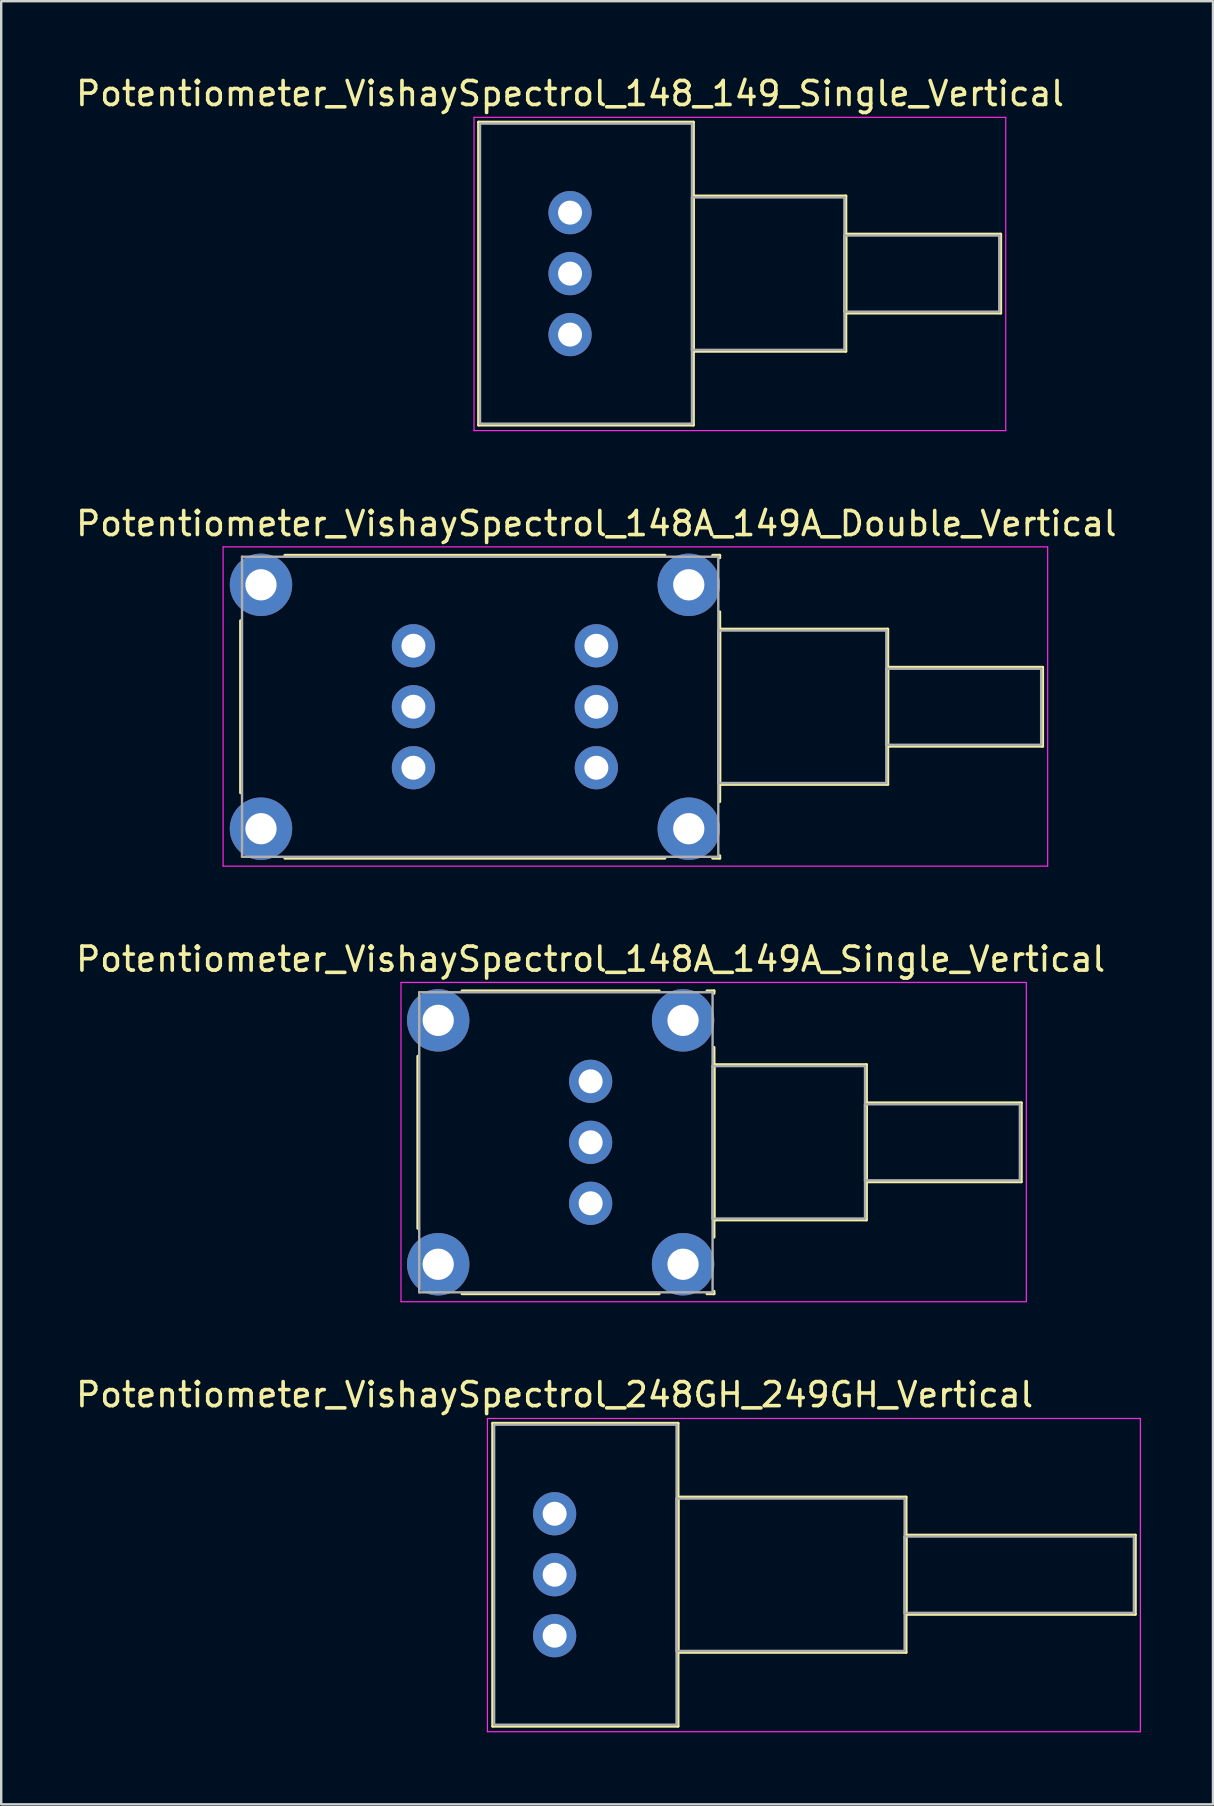
<source format=kicad_pcb>
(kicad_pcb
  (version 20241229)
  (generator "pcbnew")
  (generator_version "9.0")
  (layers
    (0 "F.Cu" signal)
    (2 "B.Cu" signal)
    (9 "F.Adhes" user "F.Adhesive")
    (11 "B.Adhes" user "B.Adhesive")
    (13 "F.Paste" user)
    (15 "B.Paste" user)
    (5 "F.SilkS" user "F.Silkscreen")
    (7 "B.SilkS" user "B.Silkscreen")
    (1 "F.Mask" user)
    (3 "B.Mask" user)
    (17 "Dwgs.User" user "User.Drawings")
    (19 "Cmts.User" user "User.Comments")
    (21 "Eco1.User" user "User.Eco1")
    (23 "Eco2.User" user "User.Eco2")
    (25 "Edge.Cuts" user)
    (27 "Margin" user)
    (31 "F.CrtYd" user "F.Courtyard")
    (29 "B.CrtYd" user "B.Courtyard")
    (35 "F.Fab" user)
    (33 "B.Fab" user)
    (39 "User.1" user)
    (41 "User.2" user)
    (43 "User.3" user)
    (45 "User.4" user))
  (footprint "Potentiometer_VishaySpectrol_248GH_249GH_Vertical"
    (layer "F.Cu")
    (at 20.054 65.088)
    (property "Reference" "Potentiometer_VishaySpectrol_248GH_249GH_Vertical" (at 0 -10.04 0) (layer "F.SilkS") (effects (font (size 1 1) (thickness 0.15))))
    (attr through_hole)
    (fp_line (start -2.58 -8.85) (end -2.58 3.77) (stroke (width 0.12) (type solid)) (layer "F.SilkS"))
    (fp_line (start -2.58 -8.85) (end 5.141 -8.85) (stroke (width 0.12) (type solid)) (layer "F.SilkS"))
    (fp_line (start -2.58 3.77) (end 5.141 3.77) (stroke (width 0.12) (type solid)) (layer "F.SilkS"))
    (fp_line (start 5.141 -8.85) (end 5.141 3.77) (stroke (width 0.12) (type solid)) (layer "F.SilkS"))
    (fp_line (start 5.141 -5.775) (end 5.141 0.695) (stroke (width 0.12) (type solid)) (layer "F.SilkS"))
    (fp_line (start 5.141 -5.775) (end 14.64 -5.775) (stroke (width 0.12) (type solid)) (layer "F.SilkS"))
    (fp_line (start 5.141 0.695) (end 14.64 0.695) (stroke (width 0.12) (type solid)) (layer "F.SilkS"))
    (fp_line (start 14.64 -5.775) (end 14.64 0.695) (stroke (width 0.12) (type solid)) (layer "F.SilkS"))
    (fp_line (start 14.64 -4.189) (end 14.64 -0.89) (stroke (width 0.12) (type solid)) (layer "F.SilkS"))
    (fp_line (start 14.64 -4.189) (end 24.19 -4.189) (stroke (width 0.12) (type solid)) (layer "F.SilkS"))
    (fp_line (start 14.64 -0.89) (end 24.19 -0.89) (stroke (width 0.12) (type solid)) (layer "F.SilkS"))
    (fp_line (start 24.19 -4.189) (end 24.19 -0.89) (stroke (width 0.12) (type solid)) (layer "F.SilkS"))
    (fp_line (start -2.8 -9.05) (end -2.8 4) (stroke (width 0.05) (type solid)) (layer "F.CrtYd"))
    (fp_line (start -2.8 4) (end 24.4 4) (stroke (width 0.05) (type solid)) (layer "F.CrtYd"))
    (fp_line (start 24.4 -9.05) (end -2.8 -9.05) (stroke (width 0.05) (type solid)) (layer "F.CrtYd"))
    (fp_line (start 24.4 4) (end 24.4 -9.05) (stroke (width 0.05) (type solid)) (layer "F.CrtYd"))
    (fp_line (start -2.52 -8.79) (end -2.52 3.71) (stroke (width 0.1) (type solid)) (layer "F.Fab"))
    (fp_line (start -2.52 3.71) (end 5.08 3.71) (stroke (width 0.1) (type solid)) (layer "F.Fab"))
    (fp_line (start 5.08 -8.79) (end -2.52 -8.79) (stroke (width 0.1) (type solid)) (layer "F.Fab"))
    (fp_line (start 5.08 -5.715) (end 5.08 0.635) (stroke (width 0.1) (type solid)) (layer "F.Fab"))
    (fp_line (start 5.08 0.635) (end 14.58 0.635) (stroke (width 0.1) (type solid)) (layer "F.Fab"))
    (fp_line (start 5.08 3.71) (end 5.08 -8.79) (stroke (width 0.1) (type solid)) (layer "F.Fab"))
    (fp_line (start 14.58 -5.715) (end 5.08 -5.715) (stroke (width 0.1) (type solid)) (layer "F.Fab"))
    (fp_line (start 14.58 -4.13) (end 14.58 -0.95) (stroke (width 0.1) (type solid)) (layer "F.Fab"))
    (fp_line (start 14.58 -0.95) (end 24.13 -0.95) (stroke (width 0.1) (type solid)) (layer "F.Fab"))
    (fp_line (start 14.58 0.635) (end 14.58 -5.715) (stroke (width 0.1) (type solid)) (layer "F.Fab"))
    (fp_line (start 24.13 -4.13) (end 14.58 -4.13) (stroke (width 0.1) (type solid)) (layer "F.Fab"))
    (fp_line (start 24.13 -0.95) (end 24.13 -4.13) (stroke (width 0.1) (type solid)) (layer "F.Fab"))
    (pad "1" thru_hole circle (at 0 0) (size 1.8 1.8) (drill 1) (layers "*.Cu" "*.Mask"))
    (pad "2" thru_hole circle (at 0 -2.54) (size 1.8 1.8) (drill 1) (layers "*.Cu" "*.Mask"))
    (pad "3" thru_hole circle (at 0 -5.08) (size 1.8 1.8) (drill 1) (layers "*.Cu" "*.Mask")))
  (footprint "Potentiometer_VishaySpectrol_148_149_Single_Vertical"
    (layer "F.Cu")
    (at 20.696 10.888)
    (property "Reference" "Potentiometer_VishaySpectrol_148_149_Single_Vertical" (at 0 -10.04 0) (layer "F.SilkS") (effects (font (size 1 1) (thickness 0.15))))
    (attr through_hole)
    (fp_line (start -3.81 -8.85) (end -3.81 3.77) (stroke (width 0.12) (type solid)) (layer "F.SilkS"))
    (fp_line (start -3.81 -8.85) (end 5.14 -8.85) (stroke (width 0.12) (type solid)) (layer "F.SilkS"))
    (fp_line (start -3.81 3.77) (end 5.14 3.77) (stroke (width 0.12) (type solid)) (layer "F.SilkS"))
    (fp_line (start 5.14 -8.85) (end 5.14 3.77) (stroke (width 0.12) (type solid)) (layer "F.SilkS"))
    (fp_line (start 5.14 -5.775) (end 5.14 0.695) (stroke (width 0.12) (type solid)) (layer "F.SilkS"))
    (fp_line (start 5.14 -5.775) (end 11.49 -5.775) (stroke (width 0.12) (type solid)) (layer "F.SilkS"))
    (fp_line (start 5.14 0.695) (end 11.49 0.695) (stroke (width 0.12) (type solid)) (layer "F.SilkS"))
    (fp_line (start 11.49 -5.775) (end 11.49 0.695) (stroke (width 0.12) (type solid)) (layer "F.SilkS"))
    (fp_line (start 11.49 -4.185) (end 11.49 -0.895) (stroke (width 0.12) (type solid)) (layer "F.SilkS"))
    (fp_line (start 11.49 -4.185) (end 17.94 -4.185) (stroke (width 0.12) (type solid)) (layer "F.SilkS"))
    (fp_line (start 11.49 -0.895) (end 17.94 -0.895) (stroke (width 0.12) (type solid)) (layer "F.SilkS"))
    (fp_line (start 17.94 -4.185) (end 17.94 -0.895) (stroke (width 0.12) (type solid)) (layer "F.SilkS"))
    (fp_line (start -4 -9.05) (end -4 4) (stroke (width 0.05) (type solid)) (layer "F.CrtYd"))
    (fp_line (start -4 4) (end 18.15 4) (stroke (width 0.05) (type solid)) (layer "F.CrtYd"))
    (fp_line (start 18.15 -9.05) (end -4 -9.05) (stroke (width 0.05) (type solid)) (layer "F.CrtYd"))
    (fp_line (start 18.15 4) (end 18.15 -9.05) (stroke (width 0.05) (type solid)) (layer "F.CrtYd"))
    (fp_line (start -3.75 -8.79) (end -3.75 3.71) (stroke (width 0.1) (type solid)) (layer "F.Fab"))
    (fp_line (start -3.75 3.71) (end 5.08 3.71) (stroke (width 0.1) (type solid)) (layer "F.Fab"))
    (fp_line (start 5.08 -8.79) (end -3.75 -8.79) (stroke (width 0.1) (type solid)) (layer "F.Fab"))
    (fp_line (start 5.08 -5.715) (end 5.08 0.635) (stroke (width 0.1) (type solid)) (layer "F.Fab"))
    (fp_line (start 5.08 0.635) (end 11.43 0.635) (stroke (width 0.1) (type solid)) (layer "F.Fab"))
    (fp_line (start 5.08 3.71) (end 5.08 -8.79) (stroke (width 0.1) (type solid)) (layer "F.Fab"))
    (fp_line (start 11.43 -5.715) (end 5.08 -5.715) (stroke (width 0.1) (type solid)) (layer "F.Fab"))
    (fp_line (start 11.43 -4.125) (end 11.43 -0.955) (stroke (width 0.1) (type solid)) (layer "F.Fab"))
    (fp_line (start 11.43 -0.955) (end 17.88 -0.955) (stroke (width 0.1) (type solid)) (layer "F.Fab"))
    (fp_line (start 11.43 0.635) (end 11.43 -5.715) (stroke (width 0.1) (type solid)) (layer "F.Fab"))
    (fp_line (start 17.88 -4.125) (end 11.43 -4.125) (stroke (width 0.1) (type solid)) (layer "F.Fab"))
    (fp_line (start 17.88 -0.955) (end 17.88 -4.125) (stroke (width 0.1) (type solid)) (layer "F.Fab"))
    (pad "1" thru_hole circle (at 0 0) (size 1.8 1.8) (drill 1) (layers "*.Cu" "*.Mask"))
    (pad "2" thru_hole circle (at 0 -2.54) (size 1.8 1.8) (drill 1) (layers "*.Cu" "*.Mask"))
    (pad "3" thru_hole circle (at 0 -5.08) (size 1.8 1.8) (drill 1) (layers "*.Cu" "*.Mask")))
  (footprint "Potentiometer_VishaySpectrol_148A_149A_Double_Vertical"
    (layer "F.Cu")
    (at 21.792 28.931)
    (property "Reference" "Potentiometer_VishaySpectrol_148A_149A_Double_Vertical" (at 0 -10.17 0) (layer "F.SilkS") (effects (font (size 1 1) (thickness 0.15))))
    (attr through_hole)
    (fp_line (start -14.82 -6.126) (end -14.82 1.046) (stroke (width 0.12) (type solid)) (layer "F.SilkS"))
    (fp_line (start -12.977 -8.85) (end 2.857 -8.85) (stroke (width 0.12) (type solid)) (layer "F.SilkS"))
    (fp_line (start -12.977 3.77) (end 2.857 3.77) (stroke (width 0.12) (type solid)) (layer "F.SilkS"))
    (fp_line (start 4.844 -8.85) (end 5.141 -8.85) (stroke (width 0.12) (type solid)) (layer "F.SilkS"))
    (fp_line (start 4.844 3.77) (end 5.141 3.77) (stroke (width 0.12) (type solid)) (layer "F.SilkS"))
    (fp_line (start 5.141 -8.85) (end 5.141 -8.746) (stroke (width 0.12) (type solid)) (layer "F.SilkS"))
    (fp_line (start 5.141 -6.496) (end 5.141 1.415) (stroke (width 0.12) (type solid)) (layer "F.SilkS"))
    (fp_line (start 5.141 -5.775) (end 5.141 0.695) (stroke (width 0.12) (type solid)) (layer "F.SilkS"))
    (fp_line (start 5.141 -5.775) (end 12.14 -5.775) (stroke (width 0.12) (type solid)) (layer "F.SilkS"))
    (fp_line (start 5.141 0.695) (end 12.14 0.695) (stroke (width 0.12) (type solid)) (layer "F.SilkS"))
    (fp_line (start 5.141 3.665) (end 5.141 3.77) (stroke (width 0.12) (type solid)) (layer "F.SilkS"))
    (fp_line (start 12.14 -5.775) (end 12.14 0.695) (stroke (width 0.12) (type solid)) (layer "F.SilkS"))
    (fp_line (start 12.14 -4.185) (end 12.14 -0.895) (stroke (width 0.12) (type solid)) (layer "F.SilkS"))
    (fp_line (start 12.14 -4.185) (end 18.591 -4.185) (stroke (width 0.12) (type solid)) (layer "F.SilkS"))
    (fp_line (start 12.14 -0.895) (end 18.591 -0.895) (stroke (width 0.12) (type solid)) (layer "F.SilkS"))
    (fp_line (start 18.591 -4.185) (end 18.591 -0.895) (stroke (width 0.12) (type solid)) (layer "F.SilkS"))
    (fp_line (start -15.55 -9.2) (end -15.55 4.1) (stroke (width 0.05) (type solid)) (layer "F.CrtYd"))
    (fp_line (start -15.55 4.1) (end 18.8 4.1) (stroke (width 0.05) (type solid)) (layer "F.CrtYd"))
    (fp_line (start 18.8 -9.2) (end -15.55 -9.2) (stroke (width 0.05) (type solid)) (layer "F.CrtYd"))
    (fp_line (start 18.8 4.1) (end 18.8 -9.2) (stroke (width 0.05) (type solid)) (layer "F.CrtYd"))
    (fp_line (start -14.76 -8.79) (end -14.76 3.71) (stroke (width 0.1) (type solid)) (layer "F.Fab"))
    (fp_line (start -14.76 3.71) (end 5.08 3.71) (stroke (width 0.1) (type solid)) (layer "F.Fab"))
    (fp_line (start 5.08 -8.79) (end -14.76 -8.79) (stroke (width 0.1) (type solid)) (layer "F.Fab"))
    (fp_line (start 5.08 -5.715) (end 5.08 0.635) (stroke (width 0.1) (type solid)) (layer "F.Fab"))
    (fp_line (start 5.08 0.635) (end 12.08 0.635) (stroke (width 0.1) (type solid)) (layer "F.Fab"))
    (fp_line (start 5.08 3.71) (end 5.08 -8.79) (stroke (width 0.1) (type solid)) (layer "F.Fab"))
    (fp_line (start 12.08 -5.715) (end 5.08 -5.715) (stroke (width 0.1) (type solid)) (layer "F.Fab"))
    (fp_line (start 12.08 -4.125) (end 12.08 -0.955) (stroke (width 0.1) (type solid)) (layer "F.Fab"))
    (fp_line (start 12.08 -0.955) (end 18.53 -0.955) (stroke (width 0.1) (type solid)) (layer "F.Fab"))
    (fp_line (start 12.08 0.635) (end 12.08 -5.715) (stroke (width 0.1) (type solid)) (layer "F.Fab"))
    (fp_line (start 18.53 -4.125) (end 12.08 -4.125) (stroke (width 0.1) (type solid)) (layer "F.Fab"))
    (fp_line (start 18.53 -0.955) (end 18.53 -4.125) (stroke (width 0.1) (type solid)) (layer "F.Fab"))
    (pad "0" thru_hole circle (at -13.97 -7.62) (size 2.6 2.6) (drill 1.3) (layers "*.Cu" "*.Mask"))
    (pad "0" thru_hole circle (at -13.97 2.54) (size 2.6 2.6) (drill 1.3) (layers "*.Cu" "*.Mask"))
    (pad "0" thru_hole circle (at 3.85 -7.62) (size 2.6 2.6) (drill 1.3) (layers "*.Cu" "*.Mask"))
    (pad "0" thru_hole circle (at 3.85 2.54) (size 2.6 2.6) (drill 1.3) (layers "*.Cu" "*.Mask"))
    (pad "1" thru_hole circle (at 0 0) (size 1.8 1.8) (drill 1) (layers "*.Cu" "*.Mask"))
    (pad "2" thru_hole circle (at 0 -2.54) (size 1.8 1.8) (drill 1) (layers "*.Cu" "*.Mask"))
    (pad "3" thru_hole circle (at 0 -5.08) (size 1.8 1.8) (drill 1) (layers "*.Cu" "*.Mask"))
    (pad "4" thru_hole circle (at -7.62 0) (size 1.8 1.8) (drill 1) (layers "*.Cu" "*.Mask"))
    (pad "5" thru_hole circle (at -7.62 -2.54) (size 1.8 1.8) (drill 1) (layers "*.Cu" "*.Mask"))
    (pad "6" thru_hole circle (at -7.62 -5.08) (size 1.8 1.8) (drill 1) (layers "*.Cu" "*.Mask")))
  (footprint "Potentiometer_VishaySpectrol_148A_149A_Single_Vertical"
    (layer "F.Cu")
    (at 21.554 47.075)
    (property "Reference" "Potentiometer_VishaySpectrol_148A_149A_Single_Vertical" (at 0 -10.17 0) (layer "F.SilkS") (effects (font (size 1 1) (thickness 0.15))))
    (attr through_hole)
    (fp_line (start -7.2 -6.126) (end -7.2 1.046) (stroke (width 0.12) (type solid)) (layer "F.SilkS"))
    (fp_line (start -5.357 -8.85) (end 2.857 -8.85) (stroke (width 0.12) (type solid)) (layer "F.SilkS"))
    (fp_line (start -5.357 3.77) (end 2.857 3.77) (stroke (width 0.12) (type solid)) (layer "F.SilkS"))
    (fp_line (start 4.844 -8.85) (end 5.14 -8.85) (stroke (width 0.12) (type solid)) (layer "F.SilkS"))
    (fp_line (start 4.844 3.77) (end 5.14 3.77) (stroke (width 0.12) (type solid)) (layer "F.SilkS"))
    (fp_line (start 5.14 -8.85) (end 5.14 -8.746) (stroke (width 0.12) (type solid)) (layer "F.SilkS"))
    (fp_line (start 5.14 -6.496) (end 5.14 1.415) (stroke (width 0.12) (type solid)) (layer "F.SilkS"))
    (fp_line (start 5.14 -5.775) (end 5.14 0.695) (stroke (width 0.12) (type solid)) (layer "F.SilkS"))
    (fp_line (start 5.14 -5.775) (end 11.49 -5.775) (stroke (width 0.12) (type solid)) (layer "F.SilkS"))
    (fp_line (start 5.14 0.695) (end 11.49 0.695) (stroke (width 0.12) (type solid)) (layer "F.SilkS"))
    (fp_line (start 5.14 3.665) (end 5.14 3.77) (stroke (width 0.12) (type solid)) (layer "F.SilkS"))
    (fp_line (start 11.49 -5.775) (end 11.49 0.695) (stroke (width 0.12) (type solid)) (layer "F.SilkS"))
    (fp_line (start 11.49 -4.185) (end 11.49 -0.895) (stroke (width 0.12) (type solid)) (layer "F.SilkS"))
    (fp_line (start 11.49 -4.185) (end 17.94 -4.185) (stroke (width 0.12) (type solid)) (layer "F.SilkS"))
    (fp_line (start 11.49 -0.895) (end 17.94 -0.895) (stroke (width 0.12) (type solid)) (layer "F.SilkS"))
    (fp_line (start 17.94 -4.185) (end 17.94 -0.895) (stroke (width 0.12) (type solid)) (layer "F.SilkS"))
    (fp_line (start -7.9 -9.2) (end -7.9 4.1) (stroke (width 0.05) (type solid)) (layer "F.CrtYd"))
    (fp_line (start -7.9 4.1) (end 18.15 4.1) (stroke (width 0.05) (type solid)) (layer "F.CrtYd"))
    (fp_line (start 18.15 -9.2) (end -7.9 -9.2) (stroke (width 0.05) (type solid)) (layer "F.CrtYd"))
    (fp_line (start 18.15 4.1) (end 18.15 -9.2) (stroke (width 0.05) (type solid)) (layer "F.CrtYd"))
    (fp_line (start -7.14 -8.79) (end -7.14 3.71) (stroke (width 0.1) (type solid)) (layer "F.Fab"))
    (fp_line (start -7.14 3.71) (end 5.08 3.71) (stroke (width 0.1) (type solid)) (layer "F.Fab"))
    (fp_line (start 5.08 -8.79) (end -7.14 -8.79) (stroke (width 0.1) (type solid)) (layer "F.Fab"))
    (fp_line (start 5.08 -5.715) (end 5.08 0.635) (stroke (width 0.1) (type solid)) (layer "F.Fab"))
    (fp_line (start 5.08 0.635) (end 11.43 0.635) (stroke (width 0.1) (type solid)) (layer "F.Fab"))
    (fp_line (start 5.08 3.71) (end 5.08 -8.79) (stroke (width 0.1) (type solid)) (layer "F.Fab"))
    (fp_line (start 11.43 -5.715) (end 5.08 -5.715) (stroke (width 0.1) (type solid)) (layer "F.Fab"))
    (fp_line (start 11.43 -4.125) (end 11.43 -0.955) (stroke (width 0.1) (type solid)) (layer "F.Fab"))
    (fp_line (start 11.43 -0.955) (end 17.88 -0.955) (stroke (width 0.1) (type solid)) (layer "F.Fab"))
    (fp_line (start 11.43 0.635) (end 11.43 -5.715) (stroke (width 0.1) (type solid)) (layer "F.Fab"))
    (fp_line (start 17.88 -4.125) (end 11.43 -4.125) (stroke (width 0.1) (type solid)) (layer "F.Fab"))
    (fp_line (start 17.88 -0.955) (end 17.88 -4.125) (stroke (width 0.1) (type solid)) (layer "F.Fab"))
    (pad "0" thru_hole circle (at -6.35 -7.62) (size 2.6 2.6) (drill 1.3) (layers "*.Cu" "*.Mask"))
    (pad "0" thru_hole circle (at -6.35 2.54) (size 2.6 2.6) (drill 1.3) (layers "*.Cu" "*.Mask"))
    (pad "0" thru_hole circle (at 3.85 -7.62) (size 2.6 2.6) (drill 1.3) (layers "*.Cu" "*.Mask"))
    (pad "0" thru_hole circle (at 3.85 2.54) (size 2.6 2.6) (drill 1.3) (layers "*.Cu" "*.Mask"))
    (pad "1" thru_hole circle (at 0 0) (size 1.8 1.8) (drill 1) (layers "*.Cu" "*.Mask"))
    (pad "2" thru_hole circle (at 0 -2.54) (size 1.8 1.8) (drill 1) (layers "*.Cu" "*.Mask"))
    (pad "3" thru_hole circle (at 0 -5.08) (size 1.8 1.8) (drill 1) (layers "*.Cu" "*.Mask")))
  (gr_rect
    (start -3 -3)
    (end 47.479 72.113)
    (stroke (width 0.1) (type default))
    (fill no)
    (layer "Edge.Cuts")))
</source>
